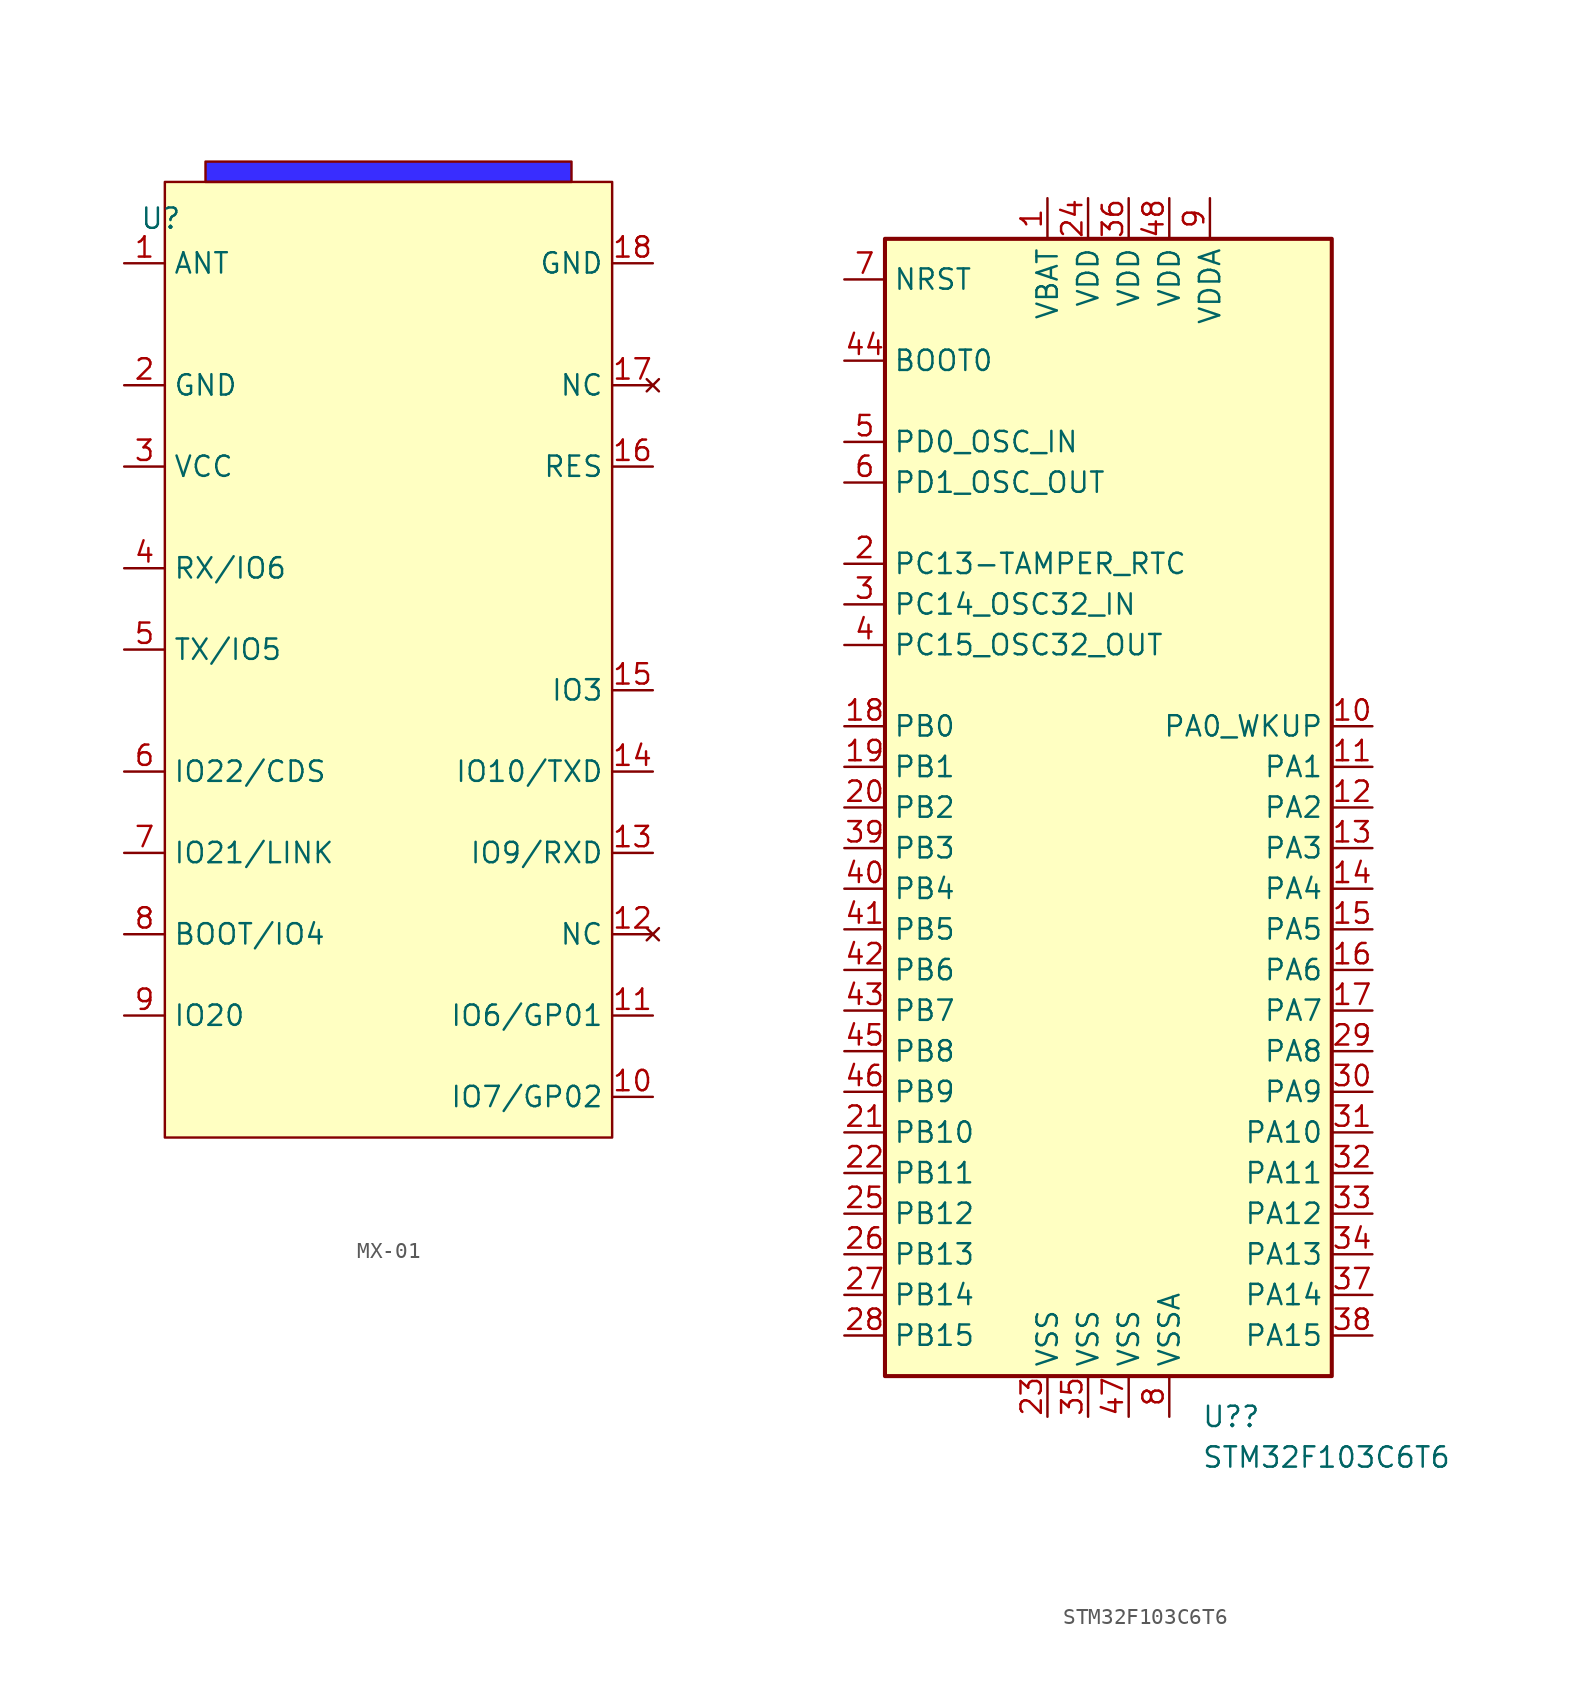
<source format=kicad_sym>
(kicad_symbol_lib
  (version 20231120)
  (generator "kicad_symbol_editor")
  (generator_version "8.0")
  (symbol "MX-01"
    (property "Reference" "U"
      (at -0.254 1.524 0)
      (effects (font (size 1.27 1.27))))
    (property "Value" ""
      (at 0 0 0)
      (effects (font (size 1.27 1.27))))
    (symbol "MX-01_0_0"
      (pin output line (at -2.54 -1.27 0) (length 2.54) (name "ANT" (effects (font (size 1.27 1.27)))) (number "1" (effects (font (size 1.27 1.27)))))
      (pin no_connect line (at 30.48 -43.18 180) (length 2.54) (name "NC" (effects (font (size 1.27 1.27)))) (number "12" (effects (font (size 1.27 1.27)))))
      (pin no_connect line (at 30.48 -8.89 180) (length 2.54) (name "NC" (effects (font (size 1.27 1.27)))) (number "17" (effects (font (size 1.27 1.27)))))
      (pin input line (at 30.48 -1.27 180) (length 2.54) (name "GND" (effects (font (size 1.27 1.27)))) (number "18" (effects (font (size 1.27 1.27)))))
      (pin input line (at -2.54 -8.89 0) (length 2.54) (name "GND" (effects (font (size 1.27 1.27)))) (number "2" (effects (font (size 1.27 1.27)))))
      (pin input line (at -2.54 -13.97 0) (length 2.54) (name "VCC" (effects (font (size 1.27 1.27)))) (number "3" (effects (font (size 1.27 1.27))))))
    (symbol "MX-01_1_0"
      (pin output line (at 30.48 -53.34 180) (length 2.54) (name "IO7/GP02" (effects (font (size 1.27 1.27)))) (number "10" (effects (font (size 1.27 1.27)))))
      (pin output line (at 30.48 -48.26 180) (length 2.54) (name "IO6/GP01" (effects (font (size 1.27 1.27)))) (number "11" (effects (font (size 1.27 1.27)))))
      (pin input line (at 30.48 -38.1 180) (length 2.54) (name "IO9/RXD" (effects (font (size 1.27 1.27)))) (number "13" (effects (font (size 1.27 1.27)))))
      (pin output line (at 30.48 -33.02 180) (length 2.54) (name "IO10/TXD" (effects (font (size 1.27 1.27)))) (number "14" (effects (font (size 1.27 1.27)))))
      (pin bidirectional line (at 30.48 -27.94 180) (length 2.54) (name "IO3" (effects (font (size 1.27 1.27)))) (number "15" (effects (font (size 1.27 1.27)))))
      (pin input line (at 30.48 -13.97 180) (length 2.54) (name "RES" (effects (font (size 1.27 1.27)))) (number "16" (effects (font (size 1.27 1.27)))))
      (pin input line (at -2.54 -20.32 0) (length 2.54) (name "RX/IO6" (effects (font (size 1.27 1.27)))) (number "4" (effects (font (size 1.27 1.27)))))
      (pin output line (at -2.54 -25.4 0) (length 2.54) (name "TX/IO5" (effects (font (size 1.27 1.27)))) (number "5" (effects (font (size 1.27 1.27)))))
      (pin bidirectional line (at -2.54 -33.02 0) (length 2.54) (name "IO22/CDS" (effects (font (size 1.27 1.27)))) (number "6" (effects (font (size 1.27 1.27)))))
      (pin output line (at -2.54 -38.1 0) (length 2.54) (name "IO21/LINK" (effects (font (size 1.27 1.27)))) (number "7" (effects (font (size 1.27 1.27)))))
      (pin bidirectional line (at -2.54 -43.18 0) (length 2.54) (name "BOOT/IO4" (effects (font (size 1.27 1.27)))) (number "8" (effects (font (size 1.27 1.27)))))
      (pin bidirectional line (at -2.54 -48.26 0) (length 2.54) (name "IO20" (effects (font (size 1.27 1.27)))) (number "9" (effects (font (size 1.27 1.27))))))
    (symbol "MX-01_1_1"
      (rectangle (start 0 3.81) (end 27.94 -55.88) (stroke (width 0) (type default)) (fill (type background)))
      (rectangle (start 2.54 5.08) (end 25.4 3.81) (stroke (width 0) (type default)) (fill (type color) (color 57 45 255 1)))))
  (symbol "STM32F103C6T6"
    (property "Reference" "U?"
      (at 4.559 -38.1 0)
      (effects (font (size 1.27 1.27)) (justify left)))
    (property "Value" "STM32F103C6T6"
      (at 4.559 -40.64 0)
      (effects (font (size 1.27 1.27)) (justify left)))
    (symbol "STM32F103C6T6_0_1"
      (rectangle (start -15.24 -35.56) (end 12.7 35.56) (stroke (width 0.254) (type default)) (fill (type background))))
    (symbol "STM32F103C6T6_1_1"
      (pin power_in line (at -5.08 38.1 270) (length 2.54) (name "VBAT" (effects (font (size 1.27 1.27)))) (number "1" (effects (font (size 1.27 1.27)))))
      (pin bidirectional line (at 15.24 5.08 180) (length 2.54) (name "PA0_WKUP" (effects (font (size 1.27 1.27)))) (number "10" (effects (font (size 1.27 1.27)))))
      (pin bidirectional line (at 15.24 2.54 180) (length 2.54) (name "PA1" (effects (font (size 1.27 1.27)))) (number "11" (effects (font (size 1.27 1.27)))))
      (pin bidirectional line (at 15.24 0 180) (length 2.54) (name "PA2" (effects (font (size 1.27 1.27)))) (number "12" (effects (font (size 1.27 1.27)))))
      (pin bidirectional line (at 15.24 -2.54 180) (length 2.54) (name "PA3" (effects (font (size 1.27 1.27)))) (number "13" (effects (font (size 1.27 1.27)))))
      (pin bidirectional line (at 15.24 -5.08 180) (length 2.54) (name "PA4" (effects (font (size 1.27 1.27)))) (number "14" (effects (font (size 1.27 1.27)))))
      (pin bidirectional line (at 15.24 -7.62 180) (length 2.54) (name "PA5" (effects (font (size 1.27 1.27)))) (number "15" (effects (font (size 1.27 1.27)))))
      (pin bidirectional line (at 15.24 -10.16 180) (length 2.54) (name "PA6" (effects (font (size 1.27 1.27)))) (number "16" (effects (font (size 1.27 1.27)))))
      (pin bidirectional line (at 15.24 -12.7 180) (length 2.54) (name "PA7" (effects (font (size 1.27 1.27)))) (number "17" (effects (font (size 1.27 1.27)))))
      (pin bidirectional line (at -17.78 5.08 0) (length 2.54) (name "PB0" (effects (font (size 1.27 1.27)))) (number "18" (effects (font (size 1.27 1.27)))))
      (pin bidirectional line (at -17.78 2.54 0) (length 2.54) (name "PB1" (effects (font (size 1.27 1.27)))) (number "19" (effects (font (size 1.27 1.27)))))
      (pin bidirectional line (at -17.78 15.24 0) (length 2.54) (name "PC13-TAMPER_RTC" (effects (font (size 1.27 1.27)))) (number "2" (effects (font (size 1.27 1.27)))))
      (pin bidirectional line (at -17.78 0 0) (length 2.54) (name "PB2" (effects (font (size 1.27 1.27)))) (number "20" (effects (font (size 1.27 1.27)))))
      (pin bidirectional line (at -17.78 -20.32 0) (length 2.54) (name "PB10" (effects (font (size 1.27 1.27)))) (number "21" (effects (font (size 1.27 1.27)))))
      (pin bidirectional line (at -17.78 -22.86 0) (length 2.54) (name "PB11" (effects (font (size 1.27 1.27)))) (number "22" (effects (font (size 1.27 1.27)))))
      (pin power_in line (at -5.08 -38.1 90) (length 2.54) (name "VSS" (effects (font (size 1.27 1.27)))) (number "23" (effects (font (size 1.27 1.27)))))
      (pin power_in line (at -2.54 38.1 270) (length 2.54) (name "VDD" (effects (font (size 1.27 1.27)))) (number "24" (effects (font (size 1.27 1.27)))))
      (pin bidirectional line (at -17.78 -25.4 0) (length 2.54) (name "PB12" (effects (font (size 1.27 1.27)))) (number "25" (effects (font (size 1.27 1.27)))))
      (pin bidirectional line (at -17.78 -27.94 0) (length 2.54) (name "PB13" (effects (font (size 1.27 1.27)))) (number "26" (effects (font (size 1.27 1.27)))))
      (pin bidirectional line (at -17.78 -30.48 0) (length 2.54) (name "PB14" (effects (font (size 1.27 1.27)))) (number "27" (effects (font (size 1.27 1.27)))))
      (pin bidirectional line (at -17.78 -33.02 0) (length 2.54) (name "PB15" (effects (font (size 1.27 1.27)))) (number "28" (effects (font (size 1.27 1.27)))))
      (pin bidirectional line (at 15.24 -15.24 180) (length 2.54) (name "PA8" (effects (font (size 1.27 1.27)))) (number "29" (effects (font (size 1.27 1.27)))))
      (pin bidirectional line (at -17.78 12.7 0) (length 2.54) (name "PC14_OSC32_IN" (effects (font (size 1.27 1.27)))) (number "3" (effects (font (size 1.27 1.27)))))
      (pin bidirectional line (at 15.24 -17.78 180) (length 2.54) (name "PA9" (effects (font (size 1.27 1.27)))) (number "30" (effects (font (size 1.27 1.27)))))
      (pin bidirectional line (at 15.24 -20.32 180) (length 2.54) (name "PA10" (effects (font (size 1.27 1.27)))) (number "31" (effects (font (size 1.27 1.27)))))
      (pin bidirectional line (at 15.24 -22.86 180) (length 2.54) (name "PA11" (effects (font (size 1.27 1.27)))) (number "32" (effects (font (size 1.27 1.27)))))
      (pin bidirectional line (at 15.24 -25.4 180) (length 2.54) (name "PA12" (effects (font (size 1.27 1.27)))) (number "33" (effects (font (size 1.27 1.27)))))
      (pin bidirectional line (at 15.24 -27.94 180) (length 2.54) (name "PA13" (effects (font (size 1.27 1.27)))) (number "34" (effects (font (size 1.27 1.27)))))
      (pin power_in line (at -2.54 -38.1 90) (length 2.54) (name "VSS" (effects (font (size 1.27 1.27)))) (number "35" (effects (font (size 1.27 1.27)))))
      (pin power_in line (at 0 38.1 270) (length 2.54) (name "VDD" (effects (font (size 1.27 1.27)))) (number "36" (effects (font (size 1.27 1.27)))))
      (pin bidirectional line (at 15.24 -30.48 180) (length 2.54) (name "PA14" (effects (font (size 1.27 1.27)))) (number "37" (effects (font (size 1.27 1.27)))))
      (pin bidirectional line (at 15.24 -33.02 180) (length 2.54) (name "PA15" (effects (font (size 1.27 1.27)))) (number "38" (effects (font (size 1.27 1.27)))))
      (pin bidirectional line (at -17.78 -2.54 0) (length 2.54) (name "PB3" (effects (font (size 1.27 1.27)))) (number "39" (effects (font (size 1.27 1.27)))))
      (pin bidirectional line (at -17.78 10.16 0) (length 2.54) (name "PC15_OSC32_OUT" (effects (font (size 1.27 1.27)))) (number "4" (effects (font (size 1.27 1.27)))))
      (pin bidirectional line (at -17.78 -5.08 0) (length 2.54) (name "PB4" (effects (font (size 1.27 1.27)))) (number "40" (effects (font (size 1.27 1.27)))))
      (pin bidirectional line (at -17.78 -7.62 0) (length 2.54) (name "PB5" (effects (font (size 1.27 1.27)))) (number "41" (effects (font (size 1.27 1.27)))))
      (pin bidirectional line (at -17.78 -10.16 0) (length 2.54) (name "PB6" (effects (font (size 1.27 1.27)))) (number "42" (effects (font (size 1.27 1.27)))))
      (pin bidirectional line (at -17.78 -12.7 0) (length 2.54) (name "PB7" (effects (font (size 1.27 1.27)))) (number "43" (effects (font (size 1.27 1.27)))))
      (pin input line (at -17.78 27.94 0) (length 2.54) (name "BOOT0" (effects (font (size 1.27 1.27)))) (number "44" (effects (font (size 1.27 1.27)))))
      (pin bidirectional line (at -17.78 -15.24 0) (length 2.54) (name "PB8" (effects (font (size 1.27 1.27)))) (number "45" (effects (font (size 1.27 1.27)))))
      (pin bidirectional line (at -17.78 -17.78 0) (length 2.54) (name "PB9" (effects (font (size 1.27 1.27)))) (number "46" (effects (font (size 1.27 1.27)))))
      (pin power_in line (at 0 -38.1 90) (length 2.54) (name "VSS" (effects (font (size 1.27 1.27)))) (number "47" (effects (font (size 1.27 1.27)))))
      (pin power_in line (at 2.54 38.1 270) (length 2.54) (name "VDD" (effects (font (size 1.27 1.27)))) (number "48" (effects (font (size 1.27 1.27)))))
      (pin input line (at -17.78 22.86 0) (length 2.54) (name "PD0_OSC_IN" (effects (font (size 1.27 1.27)))) (number "5" (effects (font (size 1.27 1.27)))))
      (pin input line (at -17.78 20.32 0) (length 2.54) (name "PD1_OSC_OUT" (effects (font (size 1.27 1.27)))) (number "6" (effects (font (size 1.27 1.27)))))
      (pin input line (at -17.78 33.02 0) (length 2.54) (name "NRST" (effects (font (size 1.27 1.27)))) (number "7" (effects (font (size 1.27 1.27)))))
      (pin power_in line (at 2.54 -38.1 90) (length 2.54) (name "VSSA" (effects (font (size 1.27 1.27)))) (number "8" (effects (font (size 1.27 1.27)))))
      (pin power_in line (at 5.08 38.1 270) (length 2.54) (name "VDDA" (effects (font (size 1.27 1.27)))) (number "9" (effects (font (size 1.27 1.27))))))))
</source>
